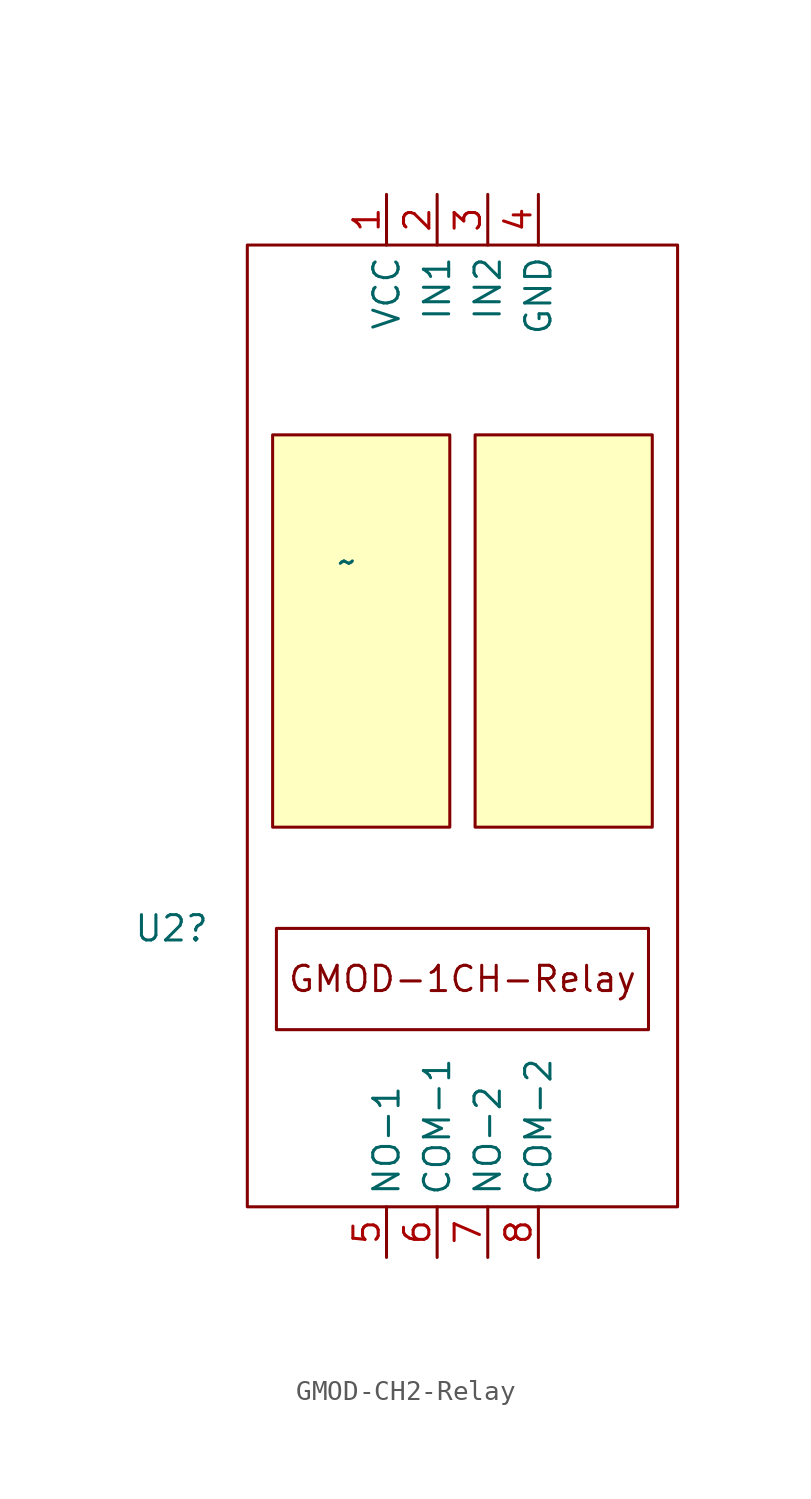
<source format=kicad_sym>
(kicad_symbol_lib
  (version 20241209)
  (generator "kicad_symbol_editor")
  (generator_version "9.0")
  (symbol "GMOD-CH2-Relay"
    (property "Reference" "U2"
      (at -16.51 -10.16 0)
      (effects (font (size 1.27 1.27)) (justify left)))
    (property "Value" "~"
      (at -6.35 8.255 0)
      (effects (font (size 1.27 1.27)) (justify left)))
    (symbol "GMOD-CH2-Relay_0_1"
      (rectangle (start -10.795 24.13) (end 10.795 -24.13) (stroke (width 0) (type default)) (fill (type none)))
      (rectangle (start -9.525 14.605) (end -0.635 -5.08) (stroke (width 0) (type default)) (fill (type background)))
      (rectangle (start 0.635 14.605) (end 9.525 -5.08) (stroke (width 0) (type default)) (fill (type background))))
    (symbol "GMOD-CH2-Relay_1_1"
      (rectangle (start -9.335 -10.16) (end 9.335 -15.24) (stroke (width 0) (type default)) (fill (type none)))
      (text "GMOD-1CH-Relay" (at 0 -12.7 0) (effects (font (size 1.27 1.27))))
      (pin power_in line (at -3.81 26.67 270) (length 2.54) (name "VCC" (effects (font (size 1.27 1.27)))) (number "1" (effects (font (size 1.27 1.27)))))
      (pin bidirectional line (at -3.81 -26.67 90) (length 2.54) (name "NO-1" (effects (font (size 1.27 1.27)))) (number "5" (effects (font (size 1.27 1.27)))))
      (pin bidirectional line (at -1.27 26.67 270) (length 2.54) (name "IN1" (effects (font (size 1.27 1.27)))) (number "2" (effects (font (size 1.27 1.27)))))
      (pin bidirectional line (at -1.27 -26.67 90) (length 2.54) (name "COM-1" (effects (font (size 1.27 1.27)))) (number "6" (effects (font (size 1.27 1.27)))))
      (pin bidirectional line (at 1.27 26.67 270) (length 2.54) (name "IN2" (effects (font (size 1.27 1.27)))) (number "3" (effects (font (size 1.27 1.27)))))
      (pin bidirectional line (at 1.27 -26.67 90) (length 2.54) (name "NO-2" (effects (font (size 1.27 1.27)))) (number "7" (effects (font (size 1.27 1.27)))))
      (pin power_in line (at 3.81 26.67 270) (length 2.54) (name "GND" (effects (font (size 1.27 1.27)))) (number "4" (effects (font (size 1.27 1.27)))))
      (pin bidirectional line (at 3.81 -26.67 90) (length 2.54) (name "COM-2" (effects (font (size 1.27 1.27)))) (number "8" (effects (font (size 1.27 1.27))))))))
</source>
